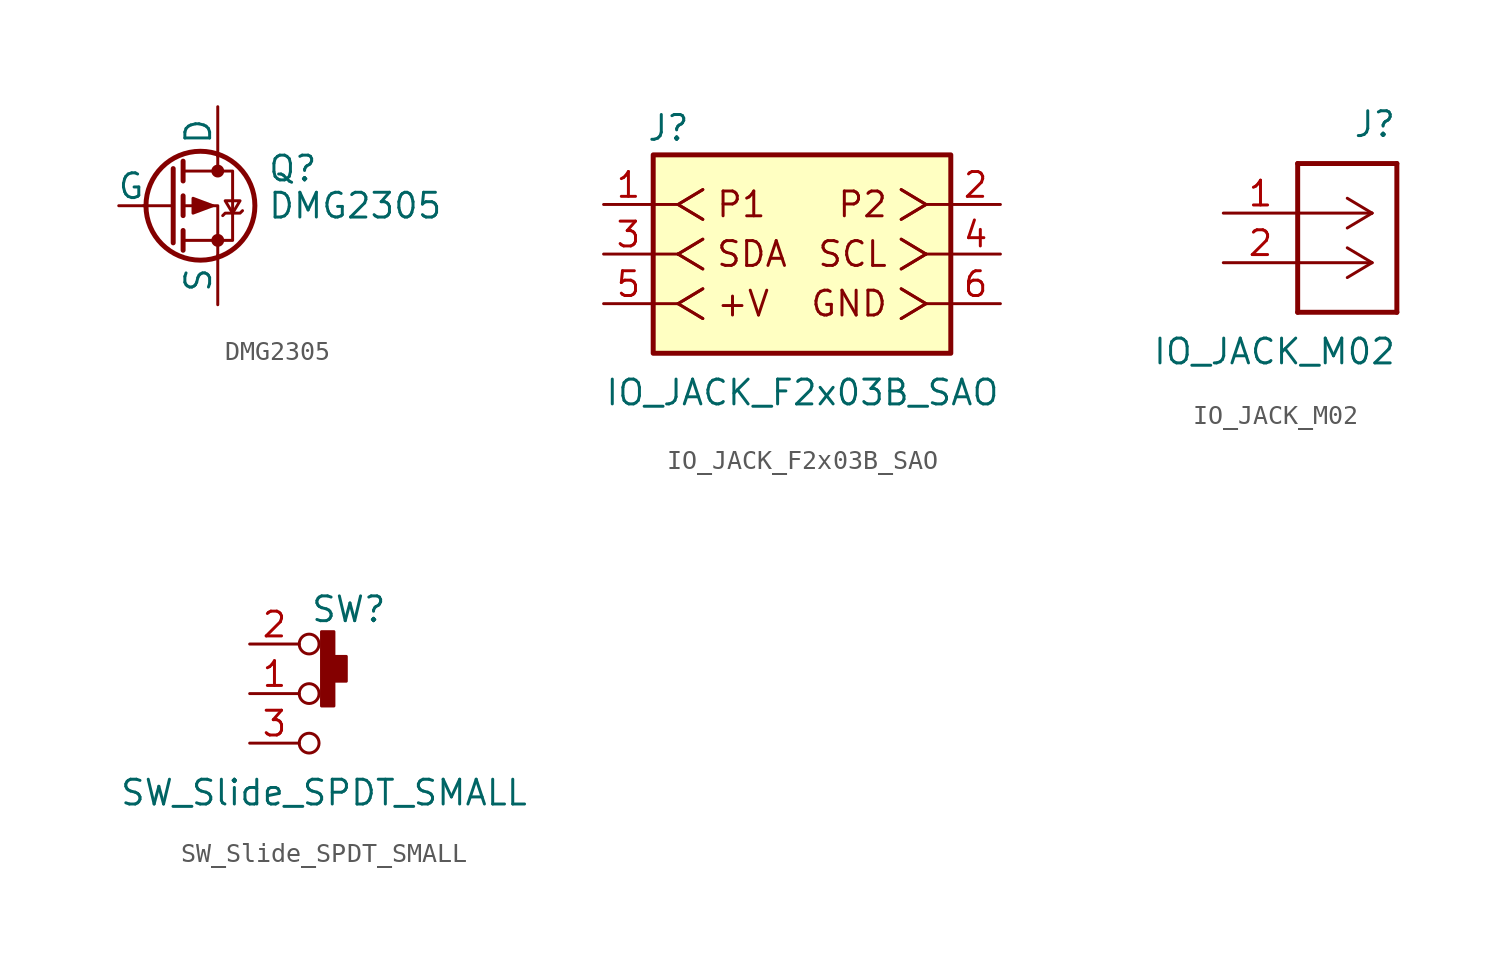
<source format=kicad_sym>
(kicad_symbol_lib
  (version 20231120)
  (generator "kicad_symbol_editor")
  (generator_version "8.0")
  (symbol "DMG2305"
    (pin_numbers hide)
    (pin_names
      (offset 0))
    (property "Reference" "Q"
      (at 5.08 1.905 0)
      (effects (font (size 1.27 1.27)) (justify left)))
    (property "Value" "DMG2305"
      (at 5.08 0 0)
      (effects (font (size 1.27 1.27)) (justify left)))
    (symbol "DMG2305_0_1"
      (polyline (pts (xy 0.254 0) (xy -1.27 0)) (stroke (width 0) (type default)) (fill (type none)))
      (polyline (pts (xy 0.254 1.905) (xy 0.254 -1.905)) (stroke (width 0.254) (type default)) (fill (type none)))
      (polyline (pts (xy 0.762 -1.27) (xy 0.762 -2.286)) (stroke (width 0.254) (type default)) (fill (type none)))
      (polyline (pts (xy 0.762 0.508) (xy 0.762 -0.508)) (stroke (width 0.254) (type default)) (fill (type none)))
      (polyline (pts (xy 0.762 2.286) (xy 0.762 1.27)) (stroke (width 0.254) (type default)) (fill (type none)))
      (polyline (pts (xy 2.54 2.54) (xy 2.54 1.778)) (stroke (width 0) (type default)) (fill (type none)))
      (polyline (pts (xy 2.54 -2.54) (xy 2.54 0) (xy 0.762 0)) (stroke (width 0) (type default)) (fill (type none)))
      (polyline (pts (xy 0.762 1.778) (xy 3.302 1.778) (xy 3.302 -1.778) (xy 0.762 -1.778)) (stroke (width 0) (type default)) (fill (type none)))
      (polyline (pts (xy 2.286 0) (xy 1.27 0.381) (xy 1.27 -0.381) (xy 2.286 0)) (stroke (width 0) (type default)) (fill (type outline)))
      (polyline (pts (xy 2.794 -0.508) (xy 2.921 -0.381) (xy 3.683 -0.381) (xy 3.81 -0.254)) (stroke (width 0) (type default)) (fill (type none)))
      (polyline (pts (xy 3.302 -0.381) (xy 2.921 0.254) (xy 3.683 0.254) (xy 3.302 -0.381)) (stroke (width 0) (type default)) (fill (type none)))
      (circle (center 1.651 0) (radius 2.794) (stroke (width 0.254) (type default)) (fill (type none)))
      (circle (center 2.54 -1.778) (radius 0.254) (stroke (width 0) (type default)) (fill (type outline)))
      (circle (center 2.54 1.778) (radius 0.254) (stroke (width 0) (type default)) (fill (type outline))))
    (symbol "DMG2305_1_1"
      (pin input line (at -2.54 0 0) (length 1.27) (name "G" (effects (font (size 1.27 1.27)))) (number "1" (effects (font (size 1.27 1.27)))))
      (pin passive line (at 2.54 -5.08 90) (length 2.54) (name "S" (effects (font (size 1.27 1.27)))) (number "2" (effects (font (size 1.27 1.27)))))
      (pin passive line (at 2.54 5.08 270) (length 2.54) (name "D" (effects (font (size 1.27 1.27)))) (number "3" (effects (font (size 1.27 1.27)))))))
  (symbol "IO_JACK_F2x03B_SAO"
    (pin_names
      (offset 1.016) hide)
    (property "Reference" "J"
      (at -5.715 8.255 0)
      (effects (font (size 1.27 1.27)) (justify right bottom)))
    (property "Value" "IO_JACK_F2x03B_SAO"
      (at 10.16 -3.81 0)
      (effects (font (size 1.27 1.27)) (justify right top)))
    (symbol "IO_JACK_F2x03B_SAO_1_1"
      (rectangle (start -7.62 7.62) (end 7.62 -2.54) (stroke (width 0.254) (type default)) (fill (type background)))
      (polyline (pts (xy -7.62 0) (xy -6.35 0)) (stroke (width 0.152) (type default)) (fill (type none)))
      (polyline (pts (xy -7.62 2.54) (xy -6.35 2.54)) (stroke (width 0.152) (type default)) (fill (type none)))
      (polyline (pts (xy -7.62 5.08) (xy -6.35 5.08)) (stroke (width 0.152) (type default)) (fill (type none)))
      (polyline (pts (xy -6.35 0) (xy -5.08 -0.762)) (stroke (width 0.152) (type default)) (fill (type none)))
      (polyline (pts (xy -6.35 0) (xy -5.08 -0.762)) (stroke (width 0.152) (type default)) (fill (type none)))
      (polyline (pts (xy -6.35 0) (xy -5.08 0.762)) (stroke (width 0.152) (type default)) (fill (type none)))
      (polyline (pts (xy -6.35 0) (xy -5.08 0.762)) (stroke (width 0.152) (type default)) (fill (type none)))
      (polyline (pts (xy -6.35 2.54) (xy -5.08 1.778)) (stroke (width 0.152) (type default)) (fill (type none)))
      (polyline (pts (xy -6.35 2.54) (xy -5.08 1.778)) (stroke (width 0.152) (type default)) (fill (type none)))
      (polyline (pts (xy -6.35 2.54) (xy -5.08 3.302)) (stroke (width 0.152) (type default)) (fill (type none)))
      (polyline (pts (xy -6.35 2.54) (xy -5.08 3.302)) (stroke (width 0.152) (type default)) (fill (type none)))
      (polyline (pts (xy -6.35 5.08) (xy -5.08 4.318)) (stroke (width 0.152) (type default)) (fill (type none)))
      (polyline (pts (xy -6.35 5.08) (xy -5.08 4.318)) (stroke (width 0.152) (type default)) (fill (type none)))
      (polyline (pts (xy -6.35 5.08) (xy -5.08 5.842)) (stroke (width 0.152) (type default)) (fill (type none)))
      (polyline (pts (xy -6.35 5.08) (xy -5.08 5.842)) (stroke (width 0.152) (type default)) (fill (type none)))
      (polyline (pts (xy 6.35 0) (xy 5.08 -0.762)) (stroke (width 0.152) (type default)) (fill (type none)))
      (polyline (pts (xy 6.35 0) (xy 5.08 -0.762)) (stroke (width 0.152) (type default)) (fill (type none)))
      (polyline (pts (xy 6.35 0) (xy 5.08 0.762)) (stroke (width 0.152) (type default)) (fill (type none)))
      (polyline (pts (xy 6.35 0) (xy 5.08 0.762)) (stroke (width 0.152) (type default)) (fill (type none)))
      (polyline (pts (xy 6.35 2.54) (xy 5.08 1.778)) (stroke (width 0.152) (type default)) (fill (type none)))
      (polyline (pts (xy 6.35 2.54) (xy 5.08 1.778)) (stroke (width 0.152) (type default)) (fill (type none)))
      (polyline (pts (xy 6.35 2.54) (xy 5.08 3.302)) (stroke (width 0.152) (type default)) (fill (type none)))
      (polyline (pts (xy 6.35 2.54) (xy 5.08 3.302)) (stroke (width 0.152) (type default)) (fill (type none)))
      (polyline (pts (xy 6.35 5.08) (xy 5.08 4.318)) (stroke (width 0.152) (type default)) (fill (type none)))
      (polyline (pts (xy 6.35 5.08) (xy 5.08 4.318)) (stroke (width 0.152) (type default)) (fill (type none)))
      (polyline (pts (xy 6.35 5.08) (xy 5.08 5.842)) (stroke (width 0.152) (type default)) (fill (type none)))
      (polyline (pts (xy 6.35 5.08) (xy 5.08 5.842)) (stroke (width 0.152) (type default)) (fill (type none)))
      (polyline (pts (xy 7.62 0) (xy 6.35 0)) (stroke (width 0.152) (type default)) (fill (type none)))
      (polyline (pts (xy 7.62 2.54) (xy 6.35 2.54)) (stroke (width 0.152) (type default)) (fill (type none)))
      (polyline (pts (xy 7.62 5.08) (xy 6.35 5.08)) (stroke (width 0.152) (type default)) (fill (type none)))
      (text "+V" (at -4.445 0 0) (effects (font (size 1.27 1.27)) (justify left)))
      (text "GND" (at 4.445 0 0) (effects (font (size 1.27 1.27)) (justify right)))
      (text "P1" (at -4.445 5.08 0) (effects (font (size 1.27 1.27)) (justify left)))
      (text "P2" (at 4.445 5.08 0) (effects (font (size 1.27 1.27)) (justify right)))
      (text "SCL" (at 4.445 2.54 0) (effects (font (size 1.27 1.27)) (justify right)))
      (text "SDA" (at -4.445 2.54 0) (effects (font (size 1.27 1.27)) (justify left)))
      (pin passive line (at -10.16 5.08 0) (length 2.54) (name "~" (effects (font (size 1.27 1.27)))) (number "1" (effects (font (size 1.27 1.27)))))
      (pin passive line (at 10.16 5.08 180) (length 2.54) (name "~" (effects (font (size 1.27 1.27)))) (number "2" (effects (font (size 1.27 1.27)))))
      (pin passive line (at -10.16 2.54 0) (length 2.54) (name "~" (effects (font (size 1.27 1.27)))) (number "3" (effects (font (size 1.27 1.27)))))
      (pin passive line (at 10.16 2.54 180) (length 2.54) (name "~" (effects (font (size 1.27 1.27)))) (number "4" (effects (font (size 1.27 1.27)))))
      (pin passive line (at -10.16 0 0) (length 2.54) (name "~" (effects (font (size 1.27 1.27)))) (number "5" (effects (font (size 1.27 1.27)))))
      (pin passive line (at 10.16 0 180) (length 2.54) (name "~" (effects (font (size 1.27 1.27)))) (number "6" (effects (font (size 1.27 1.27)))))))
  (symbol "IO_JACK_M02"
    (pin_names
      (offset 1.016) hide)
    (property "Reference" "J"
      (at 2.54 5.08 0)
      (effects (font (size 1.27 1.27)) (justify right bottom)))
    (property "Value" "IO_JACK_M02"
      (at 2.54 -5.08 0)
      (effects (font (size 1.27 1.27)) (justify right top)))
    (symbol "IO_JACK_M02_1_1"
      (polyline (pts (xy -2.54 -3.81) (xy 2.54 -3.81)) (stroke (width 0.254) (type default)) (fill (type none)))
      (polyline (pts (xy -2.54 -1.27) (xy 1.27 -1.27)) (stroke (width 0.152) (type default)) (fill (type none)))
      (polyline (pts (xy -2.54 1.27) (xy 1.27 1.27)) (stroke (width 0.152) (type default)) (fill (type none)))
      (polyline (pts (xy -2.54 3.81) (xy -2.54 -3.81)) (stroke (width 0.254) (type default)) (fill (type none)))
      (polyline (pts (xy -2.54 3.81) (xy 2.54 3.81)) (stroke (width 0.254) (type default)) (fill (type none)))
      (polyline (pts (xy 1.27 -1.27) (xy 0 -2.032)) (stroke (width 0.152) (type default)) (fill (type none)))
      (polyline (pts (xy 1.27 -1.27) (xy 0 -0.508)) (stroke (width 0.152) (type default)) (fill (type none)))
      (polyline (pts (xy 1.27 1.27) (xy 0 0.508)) (stroke (width 0.152) (type default)) (fill (type none)))
      (polyline (pts (xy 1.27 1.27) (xy 0 2.032)) (stroke (width 0.152) (type default)) (fill (type none)))
      (polyline (pts (xy 2.54 3.81) (xy 2.54 -3.81)) (stroke (width 0.254) (type default)) (fill (type none)))
      (pin passive line (at -6.35 1.27 0) (length 3.81) (name "Pin_1" (effects (font (size 1.27 1.27)))) (number "1" (effects (font (size 1.27 1.27)))))
      (pin passive line (at -6.35 -1.27 0) (length 3.81) (name "Pin_2" (effects (font (size 1.27 1.27)))) (number "2" (effects (font (size 1.27 1.27)))))))
  (symbol "SW_Slide_SPDT_SMALL"
    (pin_names
      (offset 0) hide)
    (property "Reference" "SW"
      (at 0 4.318 0)
      (effects (font (size 1.27 1.27))))
    (property "Value" "SW_Slide_SPDT_SMALL"
      (at -1.27 -5.08 0)
      (effects (font (size 1.27 1.27))))
    (symbol "SW_Slide_SPDT_SMALL_0_0"
      (circle (center -2.032 -2.54) (radius 0.508) (stroke (width 0) (type default)) (fill (type none)))
      (circle (center -2.032 2.54) (radius 0.508) (stroke (width 0) (type default)) (fill (type none))))
    (symbol "SW_Slide_SPDT_SMALL_0_1"
      (circle (center -2.032 0) (radius 0.508) (stroke (width 0) (type default)) (fill (type none))))
    (symbol "SW_Slide_SPDT_SMALL_1_1"
      (rectangle (start -1.397 3.175) (end -0.762 -0.635) (stroke (width 0) (type default)) (fill (type outline)))
      (rectangle (start -0.762 1.905) (end -0.127 0.635) (stroke (width 0) (type default)) (fill (type outline)))
      (pin passive line (at -5.08 0 0) (length 2.54) (name "C" (effects (font (size 1.27 1.27)))) (number "1" (effects (font (size 1.27 1.27)))))
      (pin passive line (at -5.08 2.54 0) (length 2.54) (name "A" (effects (font (size 1.27 1.27)))) (number "2" (effects (font (size 1.27 1.27)))))
      (pin passive line (at -5.08 -2.54 0) (length 2.54) (name "B" (effects (font (size 1.27 1.27)))) (number "3" (effects (font (size 1.27 1.27))))))))
</source>
